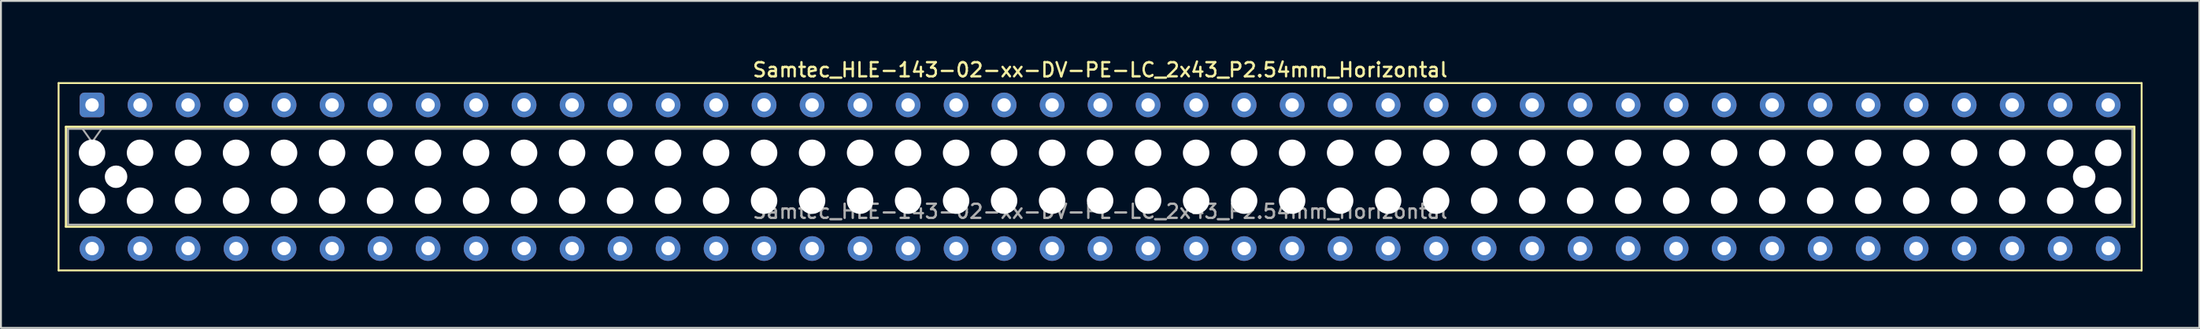
<source format=kicad_pcb>
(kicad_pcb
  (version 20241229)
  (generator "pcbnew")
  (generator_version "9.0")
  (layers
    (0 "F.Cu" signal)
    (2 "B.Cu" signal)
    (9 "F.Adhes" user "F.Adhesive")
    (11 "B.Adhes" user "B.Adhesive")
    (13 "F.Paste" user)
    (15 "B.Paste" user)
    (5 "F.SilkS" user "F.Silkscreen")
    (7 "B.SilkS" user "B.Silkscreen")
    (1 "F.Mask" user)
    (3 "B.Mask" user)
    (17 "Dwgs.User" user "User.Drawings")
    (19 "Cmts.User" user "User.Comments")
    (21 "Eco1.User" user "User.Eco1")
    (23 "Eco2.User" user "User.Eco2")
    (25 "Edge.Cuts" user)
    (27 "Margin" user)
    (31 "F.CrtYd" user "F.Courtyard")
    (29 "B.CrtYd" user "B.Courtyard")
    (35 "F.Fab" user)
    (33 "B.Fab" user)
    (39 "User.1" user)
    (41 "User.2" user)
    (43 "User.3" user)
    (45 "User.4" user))
  (footprint "Samtec_HLE-143-02-xx-DV-PE-LC_2x43_P2.54mm_Horizontal"
    (layer "F.Cu")
    (at 1.82 2.518)
    (property "Reference" "Samtec_HLE-143-02-xx-DV-PE-LC_2x43_P2.54mm_Horizontal" (at 53.34 -1.86 0) (layer "F.SilkS") (effects (font (size 0.75 0.75) (thickness 0.125))))
    (attr through_hole)
    (fp_line (start -1.77 -1.16) (end 108.45 -1.16) (stroke (width 0.1) (type solid)) (layer "F.SilkS"))
    (fp_line (start -1.77 8.78) (end -1.77 -1.16) (stroke (width 0.1) (type solid)) (layer "F.SilkS"))
    (fp_line (start -1.38 1.16) (end 108.06 1.16) (stroke (width 0.12) (type solid)) (layer "F.SilkS"))
    (fp_line (start -1.38 6.46) (end -1.38 1.16) (stroke (width 0.12) (type solid)) (layer "F.SilkS"))
    (fp_line (start 108.06 1.16) (end 108.06 6.46) (stroke (width 0.12) (type solid)) (layer "F.SilkS"))
    (fp_line (start 108.06 6.46) (end -1.38 6.46) (stroke (width 0.12) (type solid)) (layer "F.SilkS"))
    (fp_line (start 108.45 -1.16) (end 108.45 8.78) (stroke (width 0.1) (type solid)) (layer "F.SilkS"))
    (fp_line (start 108.45 8.78) (end -1.77 8.78) (stroke (width 0.1) (type solid)) (layer "F.SilkS"))
    (fp_line (start -1.27 1.27) (end 107.95 1.27) (stroke (width 0.1) (type solid)) (layer "F.Fab"))
    (fp_line (start -1.27 6.35) (end -1.27 1.27) (stroke (width 0.1) (type solid)) (layer "F.Fab"))
    (fp_line (start -0.5 1.27) (end 0 1.977) (stroke (width 0.1) (type solid)) (layer "F.Fab"))
    (fp_line (start 0 1.977) (end 0.5 1.27) (stroke (width 0.1) (type solid)) (layer "F.Fab"))
    (fp_line (start 107.95 1.27) (end 107.95 6.35) (stroke (width 0.1) (type solid)) (layer "F.Fab"))
    (fp_line (start 107.95 6.35) (end -1.27 6.35) (stroke (width 0.1) (type solid)) (layer "F.Fab"))
    (fp_text user "${REFERENCE}" (at 53.34 5.65 0) (layer "F.Fab") (effects (font (size 0.75 0.75) (thickness 0.125))))
    (pad "" np_thru_hole circle (at 0 2.54) (size 1.4 1.4) (drill 1.4) (layers "*.Cu" "*.Mask"))
    (pad "" np_thru_hole circle (at 0 5.08) (size 1.4 1.4) (drill 1.4) (layers "*.Cu" "*.Mask"))
    (pad "" np_thru_hole circle (at 1.27 3.81) (size 1.19 1.19) (drill 1.19) (layers "*.Cu" "*.Mask"))
    (pad "" np_thru_hole circle (at 2.54 2.54) (size 1.4 1.4) (drill 1.4) (layers "*.Cu" "*.Mask"))
    (pad "" np_thru_hole circle (at 2.54 5.08) (size 1.4 1.4) (drill 1.4) (layers "*.Cu" "*.Mask"))
    (pad "" np_thru_hole circle (at 5.08 2.54) (size 1.4 1.4) (drill 1.4) (layers "*.Cu" "*.Mask"))
    (pad "" np_thru_hole circle (at 5.08 5.08) (size 1.4 1.4) (drill 1.4) (layers "*.Cu" "*.Mask"))
    (pad "" np_thru_hole circle (at 7.62 2.54) (size 1.4 1.4) (drill 1.4) (layers "*.Cu" "*.Mask"))
    (pad "" np_thru_hole circle (at 7.62 5.08) (size 1.4 1.4) (drill 1.4) (layers "*.Cu" "*.Mask"))
    (pad "" np_thru_hole circle (at 10.16 2.54) (size 1.4 1.4) (drill 1.4) (layers "*.Cu" "*.Mask"))
    (pad "" np_thru_hole circle (at 10.16 5.08) (size 1.4 1.4) (drill 1.4) (layers "*.Cu" "*.Mask"))
    (pad "" np_thru_hole circle (at 12.7 2.54) (size 1.4 1.4) (drill 1.4) (layers "*.Cu" "*.Mask"))
    (pad "" np_thru_hole circle (at 12.7 5.08) (size 1.4 1.4) (drill 1.4) (layers "*.Cu" "*.Mask"))
    (pad "" np_thru_hole circle (at 15.24 2.54) (size 1.4 1.4) (drill 1.4) (layers "*.Cu" "*.Mask"))
    (pad "" np_thru_hole circle (at 15.24 5.08) (size 1.4 1.4) (drill 1.4) (layers "*.Cu" "*.Mask"))
    (pad "" np_thru_hole circle (at 17.78 2.54) (size 1.4 1.4) (drill 1.4) (layers "*.Cu" "*.Mask"))
    (pad "" np_thru_hole circle (at 17.78 5.08) (size 1.4 1.4) (drill 1.4) (layers "*.Cu" "*.Mask"))
    (pad "" np_thru_hole circle (at 20.32 2.54) (size 1.4 1.4) (drill 1.4) (layers "*.Cu" "*.Mask"))
    (pad "" np_thru_hole circle (at 20.32 5.08) (size 1.4 1.4) (drill 1.4) (layers "*.Cu" "*.Mask"))
    (pad "" np_thru_hole circle (at 22.86 2.54) (size 1.4 1.4) (drill 1.4) (layers "*.Cu" "*.Mask"))
    (pad "" np_thru_hole circle (at 22.86 5.08) (size 1.4 1.4) (drill 1.4) (layers "*.Cu" "*.Mask"))
    (pad "" np_thru_hole circle (at 25.4 2.54) (size 1.4 1.4) (drill 1.4) (layers "*.Cu" "*.Mask"))
    (pad "" np_thru_hole circle (at 25.4 5.08) (size 1.4 1.4) (drill 1.4) (layers "*.Cu" "*.Mask"))
    (pad "" np_thru_hole circle (at 27.94 2.54) (size 1.4 1.4) (drill 1.4) (layers "*.Cu" "*.Mask"))
    (pad "" np_thru_hole circle (at 27.94 5.08) (size 1.4 1.4) (drill 1.4) (layers "*.Cu" "*.Mask"))
    (pad "" np_thru_hole circle (at 30.48 2.54) (size 1.4 1.4) (drill 1.4) (layers "*.Cu" "*.Mask"))
    (pad "" np_thru_hole circle (at 30.48 5.08) (size 1.4 1.4) (drill 1.4) (layers "*.Cu" "*.Mask"))
    (pad "" np_thru_hole circle (at 33.02 2.54) (size 1.4 1.4) (drill 1.4) (layers "*.Cu" "*.Mask"))
    (pad "" np_thru_hole circle (at 33.02 5.08) (size 1.4 1.4) (drill 1.4) (layers "*.Cu" "*.Mask"))
    (pad "" np_thru_hole circle (at 35.56 2.54) (size 1.4 1.4) (drill 1.4) (layers "*.Cu" "*.Mask"))
    (pad "" np_thru_hole circle (at 35.56 5.08) (size 1.4 1.4) (drill 1.4) (layers "*.Cu" "*.Mask"))
    (pad "" np_thru_hole circle (at 38.1 2.54) (size 1.4 1.4) (drill 1.4) (layers "*.Cu" "*.Mask"))
    (pad "" np_thru_hole circle (at 38.1 5.08) (size 1.4 1.4) (drill 1.4) (layers "*.Cu" "*.Mask"))
    (pad "" np_thru_hole circle (at 40.64 2.54) (size 1.4 1.4) (drill 1.4) (layers "*.Cu" "*.Mask"))
    (pad "" np_thru_hole circle (at 40.64 5.08) (size 1.4 1.4) (drill 1.4) (layers "*.Cu" "*.Mask"))
    (pad "" np_thru_hole circle (at 43.18 2.54) (size 1.4 1.4) (drill 1.4) (layers "*.Cu" "*.Mask"))
    (pad "" np_thru_hole circle (at 43.18 5.08) (size 1.4 1.4) (drill 1.4) (layers "*.Cu" "*.Mask"))
    (pad "" np_thru_hole circle (at 45.72 2.54) (size 1.4 1.4) (drill 1.4) (layers "*.Cu" "*.Mask"))
    (pad "" np_thru_hole circle (at 45.72 5.08) (size 1.4 1.4) (drill 1.4) (layers "*.Cu" "*.Mask"))
    (pad "" np_thru_hole circle (at 48.26 2.54) (size 1.4 1.4) (drill 1.4) (layers "*.Cu" "*.Mask"))
    (pad "" np_thru_hole circle (at 48.26 5.08) (size 1.4 1.4) (drill 1.4) (layers "*.Cu" "*.Mask"))
    (pad "" np_thru_hole circle (at 50.8 2.54) (size 1.4 1.4) (drill 1.4) (layers "*.Cu" "*.Mask"))
    (pad "" np_thru_hole circle (at 50.8 5.08) (size 1.4 1.4) (drill 1.4) (layers "*.Cu" "*.Mask"))
    (pad "" np_thru_hole circle (at 53.34 2.54) (size 1.4 1.4) (drill 1.4) (layers "*.Cu" "*.Mask"))
    (pad "" np_thru_hole circle (at 53.34 5.08) (size 1.4 1.4) (drill 1.4) (layers "*.Cu" "*.Mask"))
    (pad "" np_thru_hole circle (at 55.88 2.54) (size 1.4 1.4) (drill 1.4) (layers "*.Cu" "*.Mask"))
    (pad "" np_thru_hole circle (at 55.88 5.08) (size 1.4 1.4) (drill 1.4) (layers "*.Cu" "*.Mask"))
    (pad "" np_thru_hole circle (at 58.42 2.54) (size 1.4 1.4) (drill 1.4) (layers "*.Cu" "*.Mask"))
    (pad "" np_thru_hole circle (at 58.42 5.08) (size 1.4 1.4) (drill 1.4) (layers "*.Cu" "*.Mask"))
    (pad "" np_thru_hole circle (at 60.96 2.54) (size 1.4 1.4) (drill 1.4) (layers "*.Cu" "*.Mask"))
    (pad "" np_thru_hole circle (at 60.96 5.08) (size 1.4 1.4) (drill 1.4) (layers "*.Cu" "*.Mask"))
    (pad "" np_thru_hole circle (at 63.5 2.54) (size 1.4 1.4) (drill 1.4) (layers "*.Cu" "*.Mask"))
    (pad "" np_thru_hole circle (at 63.5 5.08) (size 1.4 1.4) (drill 1.4) (layers "*.Cu" "*.Mask"))
    (pad "" np_thru_hole circle (at 66.04 2.54) (size 1.4 1.4) (drill 1.4) (layers "*.Cu" "*.Mask"))
    (pad "" np_thru_hole circle (at 66.04 5.08) (size 1.4 1.4) (drill 1.4) (layers "*.Cu" "*.Mask"))
    (pad "" np_thru_hole circle (at 68.58 2.54) (size 1.4 1.4) (drill 1.4) (layers "*.Cu" "*.Mask"))
    (pad "" np_thru_hole circle (at 68.58 5.08) (size 1.4 1.4) (drill 1.4) (layers "*.Cu" "*.Mask"))
    (pad "" np_thru_hole circle (at 71.12 2.54) (size 1.4 1.4) (drill 1.4) (layers "*.Cu" "*.Mask"))
    (pad "" np_thru_hole circle (at 71.12 5.08) (size 1.4 1.4) (drill 1.4) (layers "*.Cu" "*.Mask"))
    (pad "" np_thru_hole circle (at 73.66 2.54) (size 1.4 1.4) (drill 1.4) (layers "*.Cu" "*.Mask"))
    (pad "" np_thru_hole circle (at 73.66 5.08) (size 1.4 1.4) (drill 1.4) (layers "*.Cu" "*.Mask"))
    (pad "" np_thru_hole circle (at 76.2 2.54) (size 1.4 1.4) (drill 1.4) (layers "*.Cu" "*.Mask"))
    (pad "" np_thru_hole circle (at 76.2 5.08) (size 1.4 1.4) (drill 1.4) (layers "*.Cu" "*.Mask"))
    (pad "" np_thru_hole circle (at 78.74 2.54) (size 1.4 1.4) (drill 1.4) (layers "*.Cu" "*.Mask"))
    (pad "" np_thru_hole circle (at 78.74 5.08) (size 1.4 1.4) (drill 1.4) (layers "*.Cu" "*.Mask"))
    (pad "" np_thru_hole circle (at 81.28 2.54) (size 1.4 1.4) (drill 1.4) (layers "*.Cu" "*.Mask"))
    (pad "" np_thru_hole circle (at 81.28 5.08) (size 1.4 1.4) (drill 1.4) (layers "*.Cu" "*.Mask"))
    (pad "" np_thru_hole circle (at 83.82 2.54) (size 1.4 1.4) (drill 1.4) (layers "*.Cu" "*.Mask"))
    (pad "" np_thru_hole circle (at 83.82 5.08) (size 1.4 1.4) (drill 1.4) (layers "*.Cu" "*.Mask"))
    (pad "" np_thru_hole circle (at 86.36 2.54) (size 1.4 1.4) (drill 1.4) (layers "*.Cu" "*.Mask"))
    (pad "" np_thru_hole circle (at 86.36 5.08) (size 1.4 1.4) (drill 1.4) (layers "*.Cu" "*.Mask"))
    (pad "" np_thru_hole circle (at 88.9 2.54) (size 1.4 1.4) (drill 1.4) (layers "*.Cu" "*.Mask"))
    (pad "" np_thru_hole circle (at 88.9 5.08) (size 1.4 1.4) (drill 1.4) (layers "*.Cu" "*.Mask"))
    (pad "" np_thru_hole circle (at 91.44 2.54) (size 1.4 1.4) (drill 1.4) (layers "*.Cu" "*.Mask"))
    (pad "" np_thru_hole circle (at 91.44 5.08) (size 1.4 1.4) (drill 1.4) (layers "*.Cu" "*.Mask"))
    (pad "" np_thru_hole circle (at 93.98 2.54) (size 1.4 1.4) (drill 1.4) (layers "*.Cu" "*.Mask"))
    (pad "" np_thru_hole circle (at 93.98 5.08) (size 1.4 1.4) (drill 1.4) (layers "*.Cu" "*.Mask"))
    (pad "" np_thru_hole circle (at 96.52 2.54) (size 1.4 1.4) (drill 1.4) (layers "*.Cu" "*.Mask"))
    (pad "" np_thru_hole circle (at 96.52 5.08) (size 1.4 1.4) (drill 1.4) (layers "*.Cu" "*.Mask"))
    (pad "" np_thru_hole circle (at 99.06 2.54) (size 1.4 1.4) (drill 1.4) (layers "*.Cu" "*.Mask"))
    (pad "" np_thru_hole circle (at 99.06 5.08) (size 1.4 1.4) (drill 1.4) (layers "*.Cu" "*.Mask"))
    (pad "" np_thru_hole circle (at 101.6 2.54) (size 1.4 1.4) (drill 1.4) (layers "*.Cu" "*.Mask"))
    (pad "" np_thru_hole circle (at 101.6 5.08) (size 1.4 1.4) (drill 1.4) (layers "*.Cu" "*.Mask"))
    (pad "" np_thru_hole circle (at 104.14 2.54) (size 1.4 1.4) (drill 1.4) (layers "*.Cu" "*.Mask"))
    (pad "" np_thru_hole circle (at 104.14 5.08) (size 1.4 1.4) (drill 1.4) (layers "*.Cu" "*.Mask"))
    (pad "" np_thru_hole circle (at 105.41 3.81) (size 1.19 1.19) (drill 1.19) (layers "*.Cu" "*.Mask"))
    (pad "" np_thru_hole circle (at 106.68 2.54) (size 1.4 1.4) (drill 1.4) (layers "*.Cu" "*.Mask"))
    (pad "" np_thru_hole circle (at 106.68 5.08) (size 1.4 1.4) (drill 1.4) (layers "*.Cu" "*.Mask"))
    (pad "1" thru_hole roundrect (at 0 0) (size 1.31 1.31) (drill 0.71) (layers "*.Cu" "*.Mask") (roundrect_rratio 0.191))
    (pad "2" thru_hole circle (at 0 7.62) (size 1.31 1.31) (drill 0.71) (layers "*.Cu" "*.Mask"))
    (pad "3" thru_hole circle (at 2.54 0) (size 1.31 1.31) (drill 0.71) (layers "*.Cu" "*.Mask"))
    (pad "4" thru_hole circle (at 2.54 7.62) (size 1.31 1.31) (drill 0.71) (layers "*.Cu" "*.Mask"))
    (pad "5" thru_hole circle (at 5.08 0) (size 1.31 1.31) (drill 0.71) (layers "*.Cu" "*.Mask"))
    (pad "6" thru_hole circle (at 5.08 7.62) (size 1.31 1.31) (drill 0.71) (layers "*.Cu" "*.Mask"))
    (pad "7" thru_hole circle (at 7.62 0) (size 1.31 1.31) (drill 0.71) (layers "*.Cu" "*.Mask"))
    (pad "8" thru_hole circle (at 7.62 7.62) (size 1.31 1.31) (drill 0.71) (layers "*.Cu" "*.Mask"))
    (pad "9" thru_hole circle (at 10.16 0) (size 1.31 1.31) (drill 0.71) (layers "*.Cu" "*.Mask"))
    (pad "10" thru_hole circle (at 10.16 7.62) (size 1.31 1.31) (drill 0.71) (layers "*.Cu" "*.Mask"))
    (pad "11" thru_hole circle (at 12.7 0) (size 1.31 1.31) (drill 0.71) (layers "*.Cu" "*.Mask"))
    (pad "12" thru_hole circle (at 12.7 7.62) (size 1.31 1.31) (drill 0.71) (layers "*.Cu" "*.Mask"))
    (pad "13" thru_hole circle (at 15.24 0) (size 1.31 1.31) (drill 0.71) (layers "*.Cu" "*.Mask"))
    (pad "14" thru_hole circle (at 15.24 7.62) (size 1.31 1.31) (drill 0.71) (layers "*.Cu" "*.Mask"))
    (pad "15" thru_hole circle (at 17.78 0) (size 1.31 1.31) (drill 0.71) (layers "*.Cu" "*.Mask"))
    (pad "16" thru_hole circle (at 17.78 7.62) (size 1.31 1.31) (drill 0.71) (layers "*.Cu" "*.Mask"))
    (pad "17" thru_hole circle (at 20.32 0) (size 1.31 1.31) (drill 0.71) (layers "*.Cu" "*.Mask"))
    (pad "18" thru_hole circle (at 20.32 7.62) (size 1.31 1.31) (drill 0.71) (layers "*.Cu" "*.Mask"))
    (pad "19" thru_hole circle (at 22.86 0) (size 1.31 1.31) (drill 0.71) (layers "*.Cu" "*.Mask"))
    (pad "20" thru_hole circle (at 22.86 7.62) (size 1.31 1.31) (drill 0.71) (layers "*.Cu" "*.Mask"))
    (pad "21" thru_hole circle (at 25.4 0) (size 1.31 1.31) (drill 0.71) (layers "*.Cu" "*.Mask"))
    (pad "22" thru_hole circle (at 25.4 7.62) (size 1.31 1.31) (drill 0.71) (layers "*.Cu" "*.Mask"))
    (pad "23" thru_hole circle (at 27.94 0) (size 1.31 1.31) (drill 0.71) (layers "*.Cu" "*.Mask"))
    (pad "24" thru_hole circle (at 27.94 7.62) (size 1.31 1.31) (drill 0.71) (layers "*.Cu" "*.Mask"))
    (pad "25" thru_hole circle (at 30.48 0) (size 1.31 1.31) (drill 0.71) (layers "*.Cu" "*.Mask"))
    (pad "26" thru_hole circle (at 30.48 7.62) (size 1.31 1.31) (drill 0.71) (layers "*.Cu" "*.Mask"))
    (pad "27" thru_hole circle (at 33.02 0) (size 1.31 1.31) (drill 0.71) (layers "*.Cu" "*.Mask"))
    (pad "28" thru_hole circle (at 33.02 7.62) (size 1.31 1.31) (drill 0.71) (layers "*.Cu" "*.Mask"))
    (pad "29" thru_hole circle (at 35.56 0) (size 1.31 1.31) (drill 0.71) (layers "*.Cu" "*.Mask"))
    (pad "30" thru_hole circle (at 35.56 7.62) (size 1.31 1.31) (drill 0.71) (layers "*.Cu" "*.Mask"))
    (pad "31" thru_hole circle (at 38.1 0) (size 1.31 1.31) (drill 0.71) (layers "*.Cu" "*.Mask"))
    (pad "32" thru_hole circle (at 38.1 7.62) (size 1.31 1.31) (drill 0.71) (layers "*.Cu" "*.Mask"))
    (pad "33" thru_hole circle (at 40.64 0) (size 1.31 1.31) (drill 0.71) (layers "*.Cu" "*.Mask"))
    (pad "34" thru_hole circle (at 40.64 7.62) (size 1.31 1.31) (drill 0.71) (layers "*.Cu" "*.Mask"))
    (pad "35" thru_hole circle (at 43.18 0) (size 1.31 1.31) (drill 0.71) (layers "*.Cu" "*.Mask"))
    (pad "36" thru_hole circle (at 43.18 7.62) (size 1.31 1.31) (drill 0.71) (layers "*.Cu" "*.Mask"))
    (pad "37" thru_hole circle (at 45.72 0) (size 1.31 1.31) (drill 0.71) (layers "*.Cu" "*.Mask"))
    (pad "38" thru_hole circle (at 45.72 7.62) (size 1.31 1.31) (drill 0.71) (layers "*.Cu" "*.Mask"))
    (pad "39" thru_hole circle (at 48.26 0) (size 1.31 1.31) (drill 0.71) (layers "*.Cu" "*.Mask"))
    (pad "40" thru_hole circle (at 48.26 7.62) (size 1.31 1.31) (drill 0.71) (layers "*.Cu" "*.Mask"))
    (pad "41" thru_hole circle (at 50.8 0) (size 1.31 1.31) (drill 0.71) (layers "*.Cu" "*.Mask"))
    (pad "42" thru_hole circle (at 50.8 7.62) (size 1.31 1.31) (drill 0.71) (layers "*.Cu" "*.Mask"))
    (pad "43" thru_hole circle (at 53.34 0) (size 1.31 1.31) (drill 0.71) (layers "*.Cu" "*.Mask"))
    (pad "44" thru_hole circle (at 53.34 7.62) (size 1.31 1.31) (drill 0.71) (layers "*.Cu" "*.Mask"))
    (pad "45" thru_hole circle (at 55.88 0) (size 1.31 1.31) (drill 0.71) (layers "*.Cu" "*.Mask"))
    (pad "46" thru_hole circle (at 55.88 7.62) (size 1.31 1.31) (drill 0.71) (layers "*.Cu" "*.Mask"))
    (pad "47" thru_hole circle (at 58.42 0) (size 1.31 1.31) (drill 0.71) (layers "*.Cu" "*.Mask"))
    (pad "48" thru_hole circle (at 58.42 7.62) (size 1.31 1.31) (drill 0.71) (layers "*.Cu" "*.Mask"))
    (pad "49" thru_hole circle (at 60.96 0) (size 1.31 1.31) (drill 0.71) (layers "*.Cu" "*.Mask"))
    (pad "50" thru_hole circle (at 60.96 7.62) (size 1.31 1.31) (drill 0.71) (layers "*.Cu" "*.Mask"))
    (pad "51" thru_hole circle (at 63.5 0) (size 1.31 1.31) (drill 0.71) (layers "*.Cu" "*.Mask"))
    (pad "52" thru_hole circle (at 63.5 7.62) (size 1.31 1.31) (drill 0.71) (layers "*.Cu" "*.Mask"))
    (pad "53" thru_hole circle (at 66.04 0) (size 1.31 1.31) (drill 0.71) (layers "*.Cu" "*.Mask"))
    (pad "54" thru_hole circle (at 66.04 7.62) (size 1.31 1.31) (drill 0.71) (layers "*.Cu" "*.Mask"))
    (pad "55" thru_hole circle (at 68.58 0) (size 1.31 1.31) (drill 0.71) (layers "*.Cu" "*.Mask"))
    (pad "56" thru_hole circle (at 68.58 7.62) (size 1.31 1.31) (drill 0.71) (layers "*.Cu" "*.Mask"))
    (pad "57" thru_hole circle (at 71.12 0) (size 1.31 1.31) (drill 0.71) (layers "*.Cu" "*.Mask"))
    (pad "58" thru_hole circle (at 71.12 7.62) (size 1.31 1.31) (drill 0.71) (layers "*.Cu" "*.Mask"))
    (pad "59" thru_hole circle (at 73.66 0) (size 1.31 1.31) (drill 0.71) (layers "*.Cu" "*.Mask"))
    (pad "60" thru_hole circle (at 73.66 7.62) (size 1.31 1.31) (drill 0.71) (layers "*.Cu" "*.Mask"))
    (pad "61" thru_hole circle (at 76.2 0) (size 1.31 1.31) (drill 0.71) (layers "*.Cu" "*.Mask"))
    (pad "62" thru_hole circle (at 76.2 7.62) (size 1.31 1.31) (drill 0.71) (layers "*.Cu" "*.Mask"))
    (pad "63" thru_hole circle (at 78.74 0) (size 1.31 1.31) (drill 0.71) (layers "*.Cu" "*.Mask"))
    (pad "64" thru_hole circle (at 78.74 7.62) (size 1.31 1.31) (drill 0.71) (layers "*.Cu" "*.Mask"))
    (pad "65" thru_hole circle (at 81.28 0) (size 1.31 1.31) (drill 0.71) (layers "*.Cu" "*.Mask"))
    (pad "66" thru_hole circle (at 81.28 7.62) (size 1.31 1.31) (drill 0.71) (layers "*.Cu" "*.Mask"))
    (pad "67" thru_hole circle (at 83.82 0) (size 1.31 1.31) (drill 0.71) (layers "*.Cu" "*.Mask"))
    (pad "68" thru_hole circle (at 83.82 7.62) (size 1.31 1.31) (drill 0.71) (layers "*.Cu" "*.Mask"))
    (pad "69" thru_hole circle (at 86.36 0) (size 1.31 1.31) (drill 0.71) (layers "*.Cu" "*.Mask"))
    (pad "70" thru_hole circle (at 86.36 7.62) (size 1.31 1.31) (drill 0.71) (layers "*.Cu" "*.Mask"))
    (pad "71" thru_hole circle (at 88.9 0) (size 1.31 1.31) (drill 0.71) (layers "*.Cu" "*.Mask"))
    (pad "72" thru_hole circle (at 88.9 7.62) (size 1.31 1.31) (drill 0.71) (layers "*.Cu" "*.Mask"))
    (pad "73" thru_hole circle (at 91.44 0) (size 1.31 1.31) (drill 0.71) (layers "*.Cu" "*.Mask"))
    (pad "74" thru_hole circle (at 91.44 7.62) (size 1.31 1.31) (drill 0.71) (layers "*.Cu" "*.Mask"))
    (pad "75" thru_hole circle (at 93.98 0) (size 1.31 1.31) (drill 0.71) (layers "*.Cu" "*.Mask"))
    (pad "76" thru_hole circle (at 93.98 7.62) (size 1.31 1.31) (drill 0.71) (layers "*.Cu" "*.Mask"))
    (pad "77" thru_hole circle (at 96.52 0) (size 1.31 1.31) (drill 0.71) (layers "*.Cu" "*.Mask"))
    (pad "78" thru_hole circle (at 96.52 7.62) (size 1.31 1.31) (drill 0.71) (layers "*.Cu" "*.Mask"))
    (pad "79" thru_hole circle (at 99.06 0) (size 1.31 1.31) (drill 0.71) (layers "*.Cu" "*.Mask"))
    (pad "80" thru_hole circle (at 99.06 7.62) (size 1.31 1.31) (drill 0.71) (layers "*.Cu" "*.Mask"))
    (pad "81" thru_hole circle (at 101.6 0) (size 1.31 1.31) (drill 0.71) (layers "*.Cu" "*.Mask"))
    (pad "82" thru_hole circle (at 101.6 7.62) (size 1.31 1.31) (drill 0.71) (layers "*.Cu" "*.Mask"))
    (pad "83" thru_hole circle (at 104.14 0) (size 1.31 1.31) (drill 0.71) (layers "*.Cu" "*.Mask"))
    (pad "84" thru_hole circle (at 104.14 7.62) (size 1.31 1.31) (drill 0.71) (layers "*.Cu" "*.Mask"))
    (pad "85" thru_hole circle (at 106.68 0) (size 1.31 1.31) (drill 0.71) (layers "*.Cu" "*.Mask"))
    (pad "86" thru_hole circle (at 106.68 7.62) (size 1.31 1.31) (drill 0.71) (layers "*.Cu" "*.Mask")))
  (gr_rect
    (start -3 -3)
    (end 113.32 14.348)
    (stroke (width 0.1) (type default))
    (fill no)
    (layer "Edge.Cuts")))
</source>
